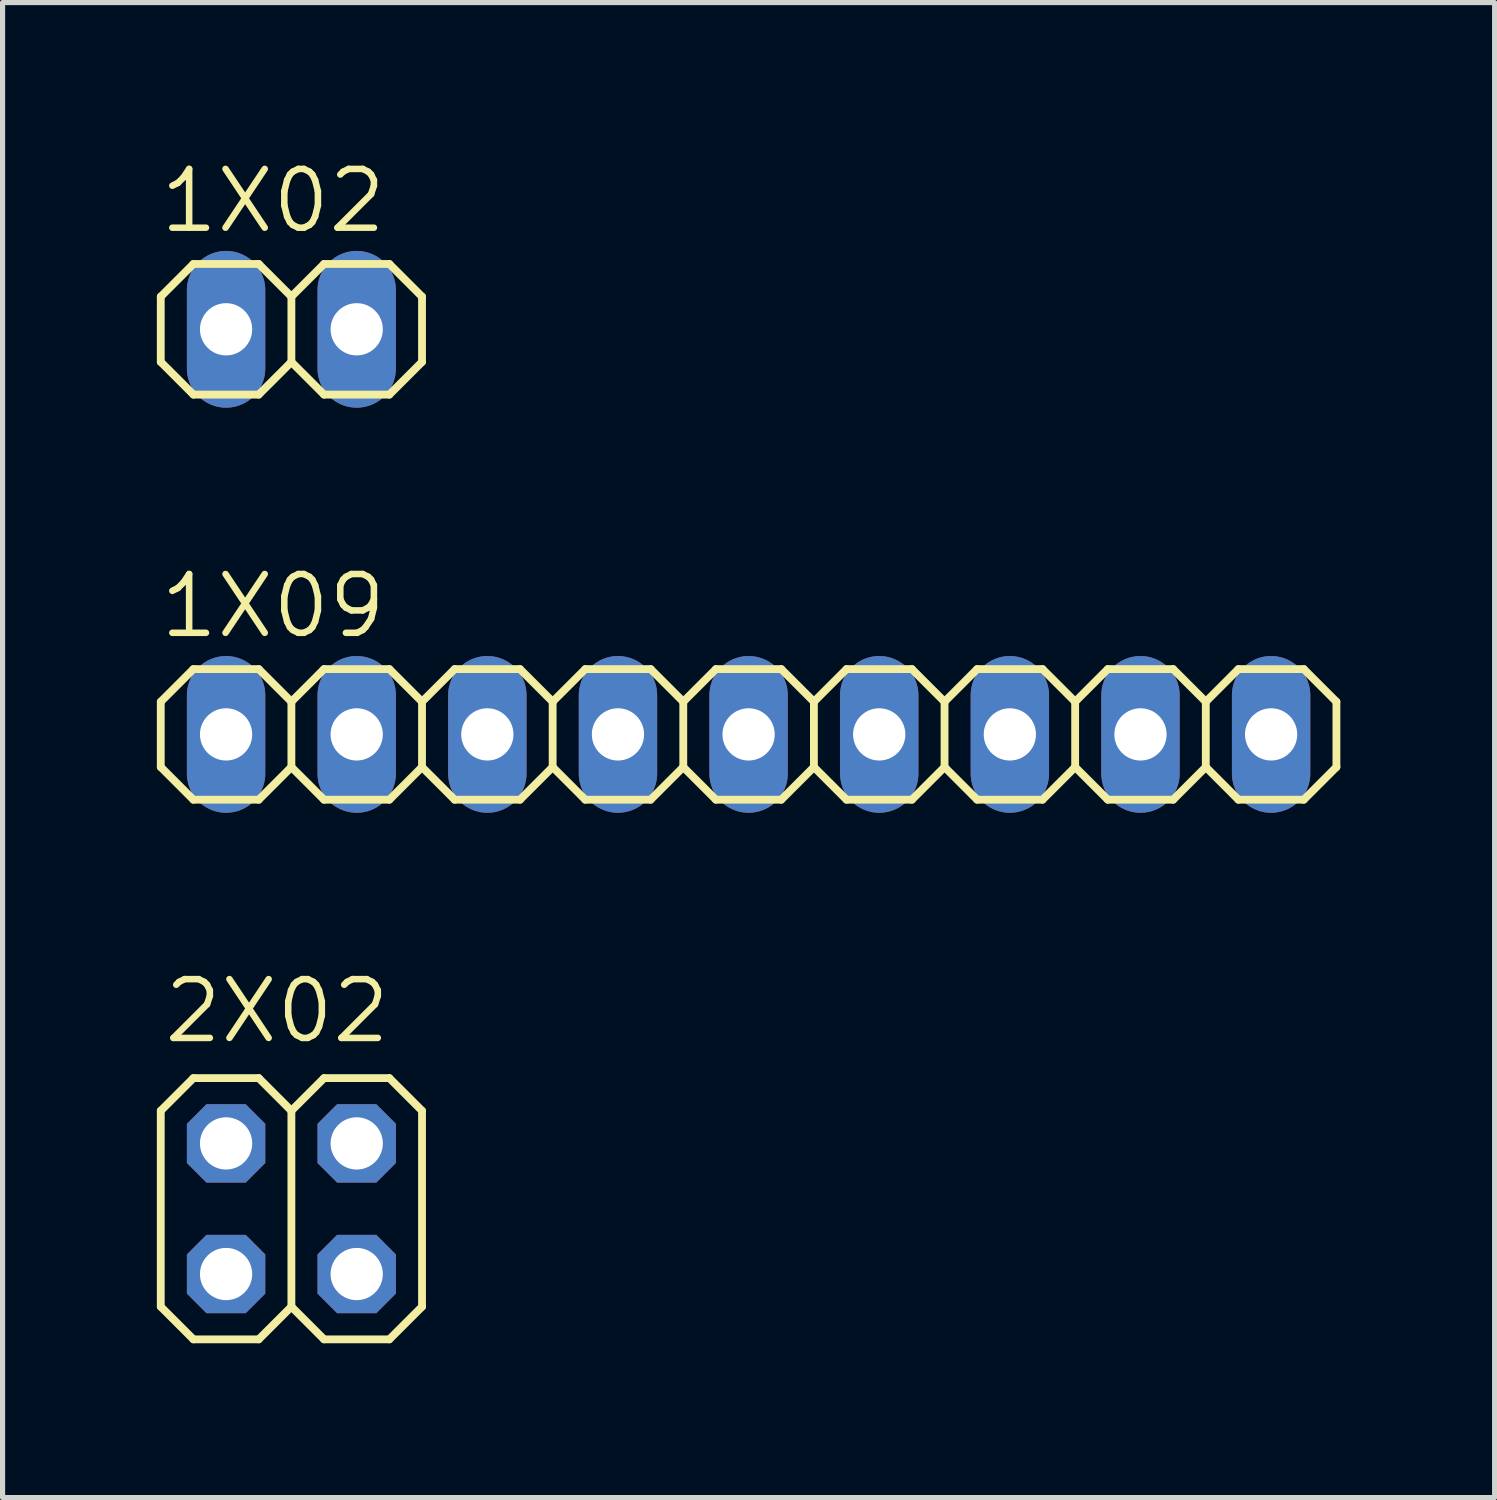
<source format=kicad_pcb>
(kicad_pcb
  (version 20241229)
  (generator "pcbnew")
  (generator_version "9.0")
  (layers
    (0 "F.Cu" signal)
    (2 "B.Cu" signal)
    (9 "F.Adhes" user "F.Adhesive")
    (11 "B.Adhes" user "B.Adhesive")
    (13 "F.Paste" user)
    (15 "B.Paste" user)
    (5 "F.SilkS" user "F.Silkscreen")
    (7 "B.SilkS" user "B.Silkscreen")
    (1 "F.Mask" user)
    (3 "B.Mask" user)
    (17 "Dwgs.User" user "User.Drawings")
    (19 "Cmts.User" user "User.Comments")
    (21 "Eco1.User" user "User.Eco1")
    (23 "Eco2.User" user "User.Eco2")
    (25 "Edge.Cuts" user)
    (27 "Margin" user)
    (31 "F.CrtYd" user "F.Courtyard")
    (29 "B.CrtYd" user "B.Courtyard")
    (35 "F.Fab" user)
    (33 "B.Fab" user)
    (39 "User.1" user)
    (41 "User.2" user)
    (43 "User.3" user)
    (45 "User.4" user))
  (footprint "2X02"
    (layer "F.Cu")
    (at 2.616 20.453)
    (property "Reference" "2X02" (at -2.54 -3.175 0) (layer "F.SilkS") (effects (font (size 1.143 1.143) (thickness 0.127)) (justify left bottom)))
    (fp_line (start -2.54 -1.905) (end -1.905 -2.54) (stroke (width 0.152) (type solid)) (layer "F.SilkS"))
    (fp_line (start -2.54 1.905) (end -2.54 -1.905) (stroke (width 0.152) (type solid)) (layer "F.SilkS"))
    (fp_line (start -2.54 1.905) (end -1.905 2.54) (stroke (width 0.152) (type solid)) (layer "F.SilkS"))
    (fp_line (start -1.905 -2.54) (end -0.635 -2.54) (stroke (width 0.152) (type solid)) (layer "F.SilkS"))
    (fp_line (start -1.905 2.54) (end -0.635 2.54) (stroke (width 0.152) (type solid)) (layer "F.SilkS"))
    (fp_line (start -0.635 -2.54) (end 0 -1.905) (stroke (width 0.152) (type solid)) (layer "F.SilkS"))
    (fp_line (start -0.635 2.54) (end 0 1.905) (stroke (width 0.152) (type solid)) (layer "F.SilkS"))
    (fp_line (start 0 -1.905) (end 0 1.905) (stroke (width 0.152) (type solid)) (layer "F.SilkS"))
    (fp_line (start 0 -1.905) (end 0.635 -2.54) (stroke (width 0.152) (type solid)) (layer "F.SilkS"))
    (fp_line (start 0 1.905) (end 0.635 2.54) (stroke (width 0.152) (type solid)) (layer "F.SilkS"))
    (fp_line (start 0.635 -2.54) (end 1.905 -2.54) (stroke (width 0.152) (type solid)) (layer "F.SilkS"))
    (fp_line (start 0.635 2.54) (end 1.905 2.54) (stroke (width 0.152) (type solid)) (layer "F.SilkS"))
    (fp_line (start 1.905 -2.54) (end 2.54 -1.905) (stroke (width 0.152) (type solid)) (layer "F.SilkS"))
    (fp_line (start 1.905 2.54) (end 2.54 1.905) (stroke (width 0.152) (type solid)) (layer "F.SilkS"))
    (fp_line (start 2.54 -1.905) (end 2.54 1.905) (stroke (width 0.152) (type solid)) (layer "F.SilkS"))
    (fp_poly (pts (xy -1.524 -1.016) (xy -1.016 -1.016) (xy -1.016 -1.524) (xy -1.524 -1.524)) (stroke (width 0.1) (type solid)) (fill no) (layer "F.Fab"))
    (fp_poly (pts (xy -1.524 1.524) (xy -1.016 1.524) (xy -1.016 1.016) (xy -1.524 1.016)) (stroke (width 0.1) (type solid)) (fill no) (layer "F.Fab"))
    (fp_poly (pts (xy 1.016 -1.016) (xy 1.524 -1.016) (xy 1.524 -1.524) (xy 1.016 -1.524)) (stroke (width 0.1) (type solid)) (fill no) (layer "F.Fab"))
    (fp_poly (pts (xy 1.016 1.524) (xy 1.524 1.524) (xy 1.524 1.016) (xy 1.016 1.016)) (stroke (width 0.1) (type solid)) (fill no) (layer "F.Fab"))
    (pad "1" thru_hole roundrect (at -1.27 1.27) (size 1.524 1.524) (drill 1.016) (layers "*.Cu" "*.Mask") (roundrect_rratio 0.25) (chamfer_ratio 0.25) (chamfer top_left top_right bottom_left bottom_right))
    (pad "2" thru_hole roundrect (at -1.27 -1.27) (size 1.524 1.524) (drill 1.016) (layers "*.Cu" "*.Mask") (roundrect_rratio 0.25) (chamfer_ratio 0.25) (chamfer top_left top_right bottom_left bottom_right))
    (pad "3" thru_hole roundrect (at 1.27 1.27) (size 1.524 1.524) (drill 1.016) (layers "*.Cu" "*.Mask") (roundrect_rratio 0.25) (chamfer_ratio 0.25) (chamfer top_left top_right bottom_left bottom_right))
    (pad "4" thru_hole roundrect (at 1.27 -1.27) (size 1.524 1.524) (drill 1.016) (layers "*.Cu" "*.Mask") (roundrect_rratio 0.25) (chamfer_ratio 0.25) (chamfer top_left top_right bottom_left bottom_right)))
  (footprint "1X02"
    (layer "F.Cu")
    (at 2.616 3.353)
    (property "Reference" "1X02" (at -2.616 -1.829 0) (layer "F.SilkS") (effects (font (size 1.143 1.143) (thickness 0.127)) (justify left bottom)))
    (fp_line (start -2.54 -0.635) (end -2.54 0.635) (stroke (width 0.152) (type solid)) (layer "F.SilkS"))
    (fp_line (start -2.54 0.635) (end -1.905 1.27) (stroke (width 0.152) (type solid)) (layer "F.SilkS"))
    (fp_line (start -1.905 -1.27) (end -2.54 -0.635) (stroke (width 0.152) (type solid)) (layer "F.SilkS"))
    (fp_line (start -1.905 -1.27) (end -0.635 -1.27) (stroke (width 0.152) (type solid)) (layer "F.SilkS"))
    (fp_line (start -0.635 -1.27) (end 0 -0.635) (stroke (width 0.152) (type solid)) (layer "F.SilkS"))
    (fp_line (start -0.635 1.27) (end -1.905 1.27) (stroke (width 0.152) (type solid)) (layer "F.SilkS"))
    (fp_line (start 0 -0.635) (end 0 0.635) (stroke (width 0.152) (type solid)) (layer "F.SilkS"))
    (fp_line (start 0 -0.635) (end 0.635 -1.27) (stroke (width 0.152) (type solid)) (layer "F.SilkS"))
    (fp_line (start 0 0.635) (end -0.635 1.27) (stroke (width 0.152) (type solid)) (layer "F.SilkS"))
    (fp_line (start 0.635 -1.27) (end 1.905 -1.27) (stroke (width 0.152) (type solid)) (layer "F.SilkS"))
    (fp_line (start 0.635 1.27) (end 0 0.635) (stroke (width 0.152) (type solid)) (layer "F.SilkS"))
    (fp_line (start 1.905 -1.27) (end 2.54 -0.635) (stroke (width 0.152) (type solid)) (layer "F.SilkS"))
    (fp_line (start 1.905 1.27) (end 0.635 1.27) (stroke (width 0.152) (type solid)) (layer "F.SilkS"))
    (fp_line (start 2.54 -0.635) (end 2.54 0.635) (stroke (width 0.152) (type solid)) (layer "F.SilkS"))
    (fp_line (start 2.54 0.635) (end 1.905 1.27) (stroke (width 0.152) (type solid)) (layer "F.SilkS"))
    (fp_poly (pts (xy -1.524 0.254) (xy -1.016 0.254) (xy -1.016 -0.254) (xy -1.524 -0.254)) (stroke (width 0.1) (type solid)) (fill no) (layer "F.Fab"))
    (fp_poly (pts (xy 1.016 0.254) (xy 1.524 0.254) (xy 1.524 -0.254) (xy 1.016 -0.254)) (stroke (width 0.1) (type solid)) (fill no) (layer "F.Fab"))
    (pad "1" thru_hole oval (at -1.27 0 90) (size 3.048 1.524) (drill 1.016) (layers "*.Cu" "*.Mask"))
    (pad "2" thru_hole oval (at 1.27 0 90) (size 3.048 1.524) (drill 1.016) (layers "*.Cu" "*.Mask")))
  (footprint "1X09"
    (layer "F.Cu")
    (at 11.506 11.23)
    (property "Reference" "1X09" (at -11.506 -1.829 0) (layer "F.SilkS") (effects (font (size 1.143 1.143) (thickness 0.127)) (justify left bottom)))
    (fp_line (start -11.43 -0.635) (end -11.43 0.635) (stroke (width 0.152) (type solid)) (layer "F.SilkS"))
    (fp_line (start -11.43 0.635) (end -10.795 1.27) (stroke (width 0.152) (type solid)) (layer "F.SilkS"))
    (fp_line (start -10.795 -1.27) (end -11.43 -0.635) (stroke (width 0.152) (type solid)) (layer "F.SilkS"))
    (fp_line (start -10.795 -1.27) (end -9.525 -1.27) (stroke (width 0.152) (type solid)) (layer "F.SilkS"))
    (fp_line (start -9.525 -1.27) (end -8.89 -0.635) (stroke (width 0.152) (type solid)) (layer "F.SilkS"))
    (fp_line (start -9.525 1.27) (end -10.795 1.27) (stroke (width 0.152) (type solid)) (layer "F.SilkS"))
    (fp_line (start -8.89 -0.635) (end -8.89 0.635) (stroke (width 0.152) (type solid)) (layer "F.SilkS"))
    (fp_line (start -8.89 -0.635) (end -8.255 -1.27) (stroke (width 0.152) (type solid)) (layer "F.SilkS"))
    (fp_line (start -8.89 0.635) (end -9.525 1.27) (stroke (width 0.152) (type solid)) (layer "F.SilkS"))
    (fp_line (start -8.255 -1.27) (end -6.985 -1.27) (stroke (width 0.152) (type solid)) (layer "F.SilkS"))
    (fp_line (start -8.255 1.27) (end -8.89 0.635) (stroke (width 0.152) (type solid)) (layer "F.SilkS"))
    (fp_line (start -6.985 -1.27) (end -6.35 -0.635) (stroke (width 0.152) (type solid)) (layer "F.SilkS"))
    (fp_line (start -6.985 1.27) (end -8.255 1.27) (stroke (width 0.152) (type solid)) (layer "F.SilkS"))
    (fp_line (start -6.35 -0.635) (end -6.35 0.635) (stroke (width 0.152) (type solid)) (layer "F.SilkS"))
    (fp_line (start -6.35 -0.635) (end -5.715 -1.27) (stroke (width 0.152) (type solid)) (layer "F.SilkS"))
    (fp_line (start -6.35 0.635) (end -6.985 1.27) (stroke (width 0.152) (type solid)) (layer "F.SilkS"))
    (fp_line (start -5.715 -1.27) (end -4.445 -1.27) (stroke (width 0.152) (type solid)) (layer "F.SilkS"))
    (fp_line (start -5.715 1.27) (end -6.35 0.635) (stroke (width 0.152) (type solid)) (layer "F.SilkS"))
    (fp_line (start -4.445 -1.27) (end -3.81 -0.635) (stroke (width 0.152) (type solid)) (layer "F.SilkS"))
    (fp_line (start -4.445 1.27) (end -5.715 1.27) (stroke (width 0.152) (type solid)) (layer "F.SilkS"))
    (fp_line (start -3.81 -0.635) (end -3.81 0.635) (stroke (width 0.152) (type solid)) (layer "F.SilkS"))
    (fp_line (start -3.81 0.635) (end -4.445 1.27) (stroke (width 0.152) (type solid)) (layer "F.SilkS"))
    (fp_line (start -3.81 0.635) (end -3.175 1.27) (stroke (width 0.152) (type solid)) (layer "F.SilkS"))
    (fp_line (start -3.175 -1.27) (end -3.81 -0.635) (stroke (width 0.152) (type solid)) (layer "F.SilkS"))
    (fp_line (start -3.175 -1.27) (end -1.905 -1.27) (stroke (width 0.152) (type solid)) (layer "F.SilkS"))
    (fp_line (start -1.905 -1.27) (end -1.27 -0.635) (stroke (width 0.152) (type solid)) (layer "F.SilkS"))
    (fp_line (start -1.905 1.27) (end -3.175 1.27) (stroke (width 0.152) (type solid)) (layer "F.SilkS"))
    (fp_line (start -1.27 -0.635) (end -1.27 0.635) (stroke (width 0.152) (type solid)) (layer "F.SilkS"))
    (fp_line (start -1.27 -0.635) (end -0.635 -1.27) (stroke (width 0.152) (type solid)) (layer "F.SilkS"))
    (fp_line (start -1.27 0.635) (end -1.905 1.27) (stroke (width 0.152) (type solid)) (layer "F.SilkS"))
    (fp_line (start -0.635 -1.27) (end 0.635 -1.27) (stroke (width 0.152) (type solid)) (layer "F.SilkS"))
    (fp_line (start -0.635 1.27) (end -1.27 0.635) (stroke (width 0.152) (type solid)) (layer "F.SilkS"))
    (fp_line (start 0.635 -1.27) (end 1.27 -0.635) (stroke (width 0.152) (type solid)) (layer "F.SilkS"))
    (fp_line (start 0.635 1.27) (end -0.635 1.27) (stroke (width 0.152) (type solid)) (layer "F.SilkS"))
    (fp_line (start 1.27 -0.635) (end 1.27 0.635) (stroke (width 0.152) (type solid)) (layer "F.SilkS"))
    (fp_line (start 1.27 -0.635) (end 1.905 -1.27) (stroke (width 0.152) (type solid)) (layer "F.SilkS"))
    (fp_line (start 1.27 0.635) (end 0.635 1.27) (stroke (width 0.152) (type solid)) (layer "F.SilkS"))
    (fp_line (start 1.905 -1.27) (end 3.175 -1.27) (stroke (width 0.152) (type solid)) (layer "F.SilkS"))
    (fp_line (start 1.905 1.27) (end 1.27 0.635) (stroke (width 0.152) (type solid)) (layer "F.SilkS"))
    (fp_line (start 3.175 -1.27) (end 3.81 -0.635) (stroke (width 0.152) (type solid)) (layer "F.SilkS"))
    (fp_line (start 3.175 1.27) (end 1.905 1.27) (stroke (width 0.152) (type solid)) (layer "F.SilkS"))
    (fp_line (start 3.81 -0.635) (end 3.81 0.635) (stroke (width 0.152) (type solid)) (layer "F.SilkS"))
    (fp_line (start 3.81 0.635) (end 3.175 1.27) (stroke (width 0.152) (type solid)) (layer "F.SilkS"))
    (fp_line (start 3.81 0.635) (end 4.445 1.27) (stroke (width 0.152) (type solid)) (layer "F.SilkS"))
    (fp_line (start 4.445 -1.27) (end 3.81 -0.635) (stroke (width 0.152) (type solid)) (layer "F.SilkS"))
    (fp_line (start 4.445 -1.27) (end 5.715 -1.27) (stroke (width 0.152) (type solid)) (layer "F.SilkS"))
    (fp_line (start 5.715 -1.27) (end 6.35 -0.635) (stroke (width 0.152) (type solid)) (layer "F.SilkS"))
    (fp_line (start 5.715 1.27) (end 4.445 1.27) (stroke (width 0.152) (type solid)) (layer "F.SilkS"))
    (fp_line (start 6.35 -0.635) (end 6.35 0.635) (stroke (width 0.152) (type solid)) (layer "F.SilkS"))
    (fp_line (start 6.35 -0.635) (end 6.985 -1.27) (stroke (width 0.152) (type solid)) (layer "F.SilkS"))
    (fp_line (start 6.35 0.635) (end 5.715 1.27) (stroke (width 0.152) (type solid)) (layer "F.SilkS"))
    (fp_line (start 6.985 -1.27) (end 8.255 -1.27) (stroke (width 0.152) (type solid)) (layer "F.SilkS"))
    (fp_line (start 6.985 1.27) (end 6.35 0.635) (stroke (width 0.152) (type solid)) (layer "F.SilkS"))
    (fp_line (start 8.255 -1.27) (end 8.89 -0.635) (stroke (width 0.152) (type solid)) (layer "F.SilkS"))
    (fp_line (start 8.255 1.27) (end 6.985 1.27) (stroke (width 0.152) (type solid)) (layer "F.SilkS"))
    (fp_line (start 8.89 -0.635) (end 8.89 0.635) (stroke (width 0.152) (type solid)) (layer "F.SilkS"))
    (fp_line (start 8.89 0.635) (end 8.255 1.27) (stroke (width 0.152) (type solid)) (layer "F.SilkS"))
    (fp_line (start 8.89 0.635) (end 9.525 1.27) (stroke (width 0.152) (type solid)) (layer "F.SilkS"))
    (fp_line (start 9.525 -1.27) (end 8.89 -0.635) (stroke (width 0.152) (type solid)) (layer "F.SilkS"))
    (fp_line (start 9.525 -1.27) (end 10.795 -1.27) (stroke (width 0.152) (type solid)) (layer "F.SilkS"))
    (fp_line (start 10.795 -1.27) (end 11.43 -0.635) (stroke (width 0.152) (type solid)) (layer "F.SilkS"))
    (fp_line (start 10.795 1.27) (end 9.525 1.27) (stroke (width 0.152) (type solid)) (layer "F.SilkS"))
    (fp_line (start 11.43 -0.635) (end 11.43 0.635) (stroke (width 0.152) (type solid)) (layer "F.SilkS"))
    (fp_line (start 11.43 0.635) (end 10.795 1.27) (stroke (width 0.152) (type solid)) (layer "F.SilkS"))
    (fp_poly (pts (xy -10.414 0.254) (xy -9.906 0.254) (xy -9.906 -0.254) (xy -10.414 -0.254)) (stroke (width 0.1) (type solid)) (fill no) (layer "F.Fab"))
    (fp_poly (pts (xy -7.874 0.254) (xy -7.366 0.254) (xy -7.366 -0.254) (xy -7.874 -0.254)) (stroke (width 0.1) (type solid)) (fill no) (layer "F.Fab"))
    (fp_poly (pts (xy -5.334 0.254) (xy -4.826 0.254) (xy -4.826 -0.254) (xy -5.334 -0.254)) (stroke (width 0.1) (type solid)) (fill no) (layer "F.Fab"))
    (fp_poly (pts (xy -2.794 0.254) (xy -2.286 0.254) (xy -2.286 -0.254) (xy -2.794 -0.254)) (stroke (width 0.1) (type solid)) (fill no) (layer "F.Fab"))
    (fp_poly (pts (xy -0.254 0.254) (xy 0.254 0.254) (xy 0.254 -0.254) (xy -0.254 -0.254)) (stroke (width 0.1) (type solid)) (fill no) (layer "F.Fab"))
    (fp_poly (pts (xy 2.286 0.254) (xy 2.794 0.254) (xy 2.794 -0.254) (xy 2.286 -0.254)) (stroke (width 0.1) (type solid)) (fill no) (layer "F.Fab"))
    (fp_poly (pts (xy 4.826 0.254) (xy 5.334 0.254) (xy 5.334 -0.254) (xy 4.826 -0.254)) (stroke (width 0.1) (type solid)) (fill no) (layer "F.Fab"))
    (fp_poly (pts (xy 7.366 0.254) (xy 7.874 0.254) (xy 7.874 -0.254) (xy 7.366 -0.254)) (stroke (width 0.1) (type solid)) (fill no) (layer "F.Fab"))
    (fp_poly (pts (xy 9.906 0.254) (xy 10.414 0.254) (xy 10.414 -0.254) (xy 9.906 -0.254)) (stroke (width 0.1) (type solid)) (fill no) (layer "F.Fab"))
    (pad "1" thru_hole oval (at -10.16 0 90) (size 3.048 1.524) (drill 1.016) (layers "*.Cu" "*.Mask"))
    (pad "2" thru_hole oval (at -7.62 0 90) (size 3.048 1.524) (drill 1.016) (layers "*.Cu" "*.Mask"))
    (pad "3" thru_hole oval (at -5.08 0 90) (size 3.048 1.524) (drill 1.016) (layers "*.Cu" "*.Mask"))
    (pad "4" thru_hole oval (at -2.54 0 90) (size 3.048 1.524) (drill 1.016) (layers "*.Cu" "*.Mask"))
    (pad "5" thru_hole oval (at 0 0 90) (size 3.048 1.524) (drill 1.016) (layers "*.Cu" "*.Mask"))
    (pad "6" thru_hole oval (at 2.54 0 90) (size 3.048 1.524) (drill 1.016) (layers "*.Cu" "*.Mask"))
    (pad "7" thru_hole oval (at 5.08 0 90) (size 3.048 1.524) (drill 1.016) (layers "*.Cu" "*.Mask"))
    (pad "8" thru_hole oval (at 7.62 0 90) (size 3.048 1.524) (drill 1.016) (layers "*.Cu" "*.Mask"))
    (pad "9" thru_hole oval (at 10.16 0 90) (size 3.048 1.524) (drill 1.016) (layers "*.Cu" "*.Mask")))
  (gr_rect
    (start -3 -3)
    (end 26.012 26.069)
    (stroke (width 0.1) (type default))
    (fill no)
    (layer "Edge.Cuts")))
</source>
